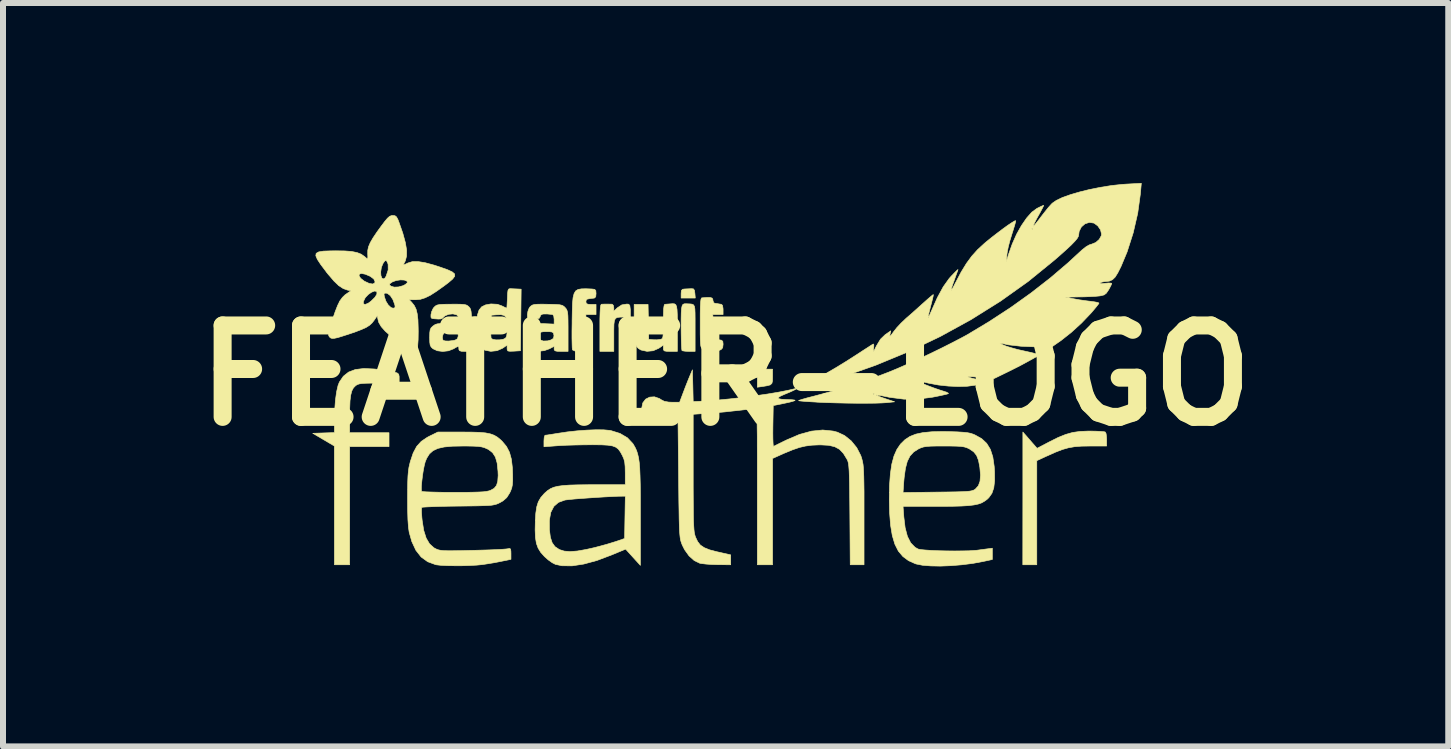
<source format=kicad_pcb>
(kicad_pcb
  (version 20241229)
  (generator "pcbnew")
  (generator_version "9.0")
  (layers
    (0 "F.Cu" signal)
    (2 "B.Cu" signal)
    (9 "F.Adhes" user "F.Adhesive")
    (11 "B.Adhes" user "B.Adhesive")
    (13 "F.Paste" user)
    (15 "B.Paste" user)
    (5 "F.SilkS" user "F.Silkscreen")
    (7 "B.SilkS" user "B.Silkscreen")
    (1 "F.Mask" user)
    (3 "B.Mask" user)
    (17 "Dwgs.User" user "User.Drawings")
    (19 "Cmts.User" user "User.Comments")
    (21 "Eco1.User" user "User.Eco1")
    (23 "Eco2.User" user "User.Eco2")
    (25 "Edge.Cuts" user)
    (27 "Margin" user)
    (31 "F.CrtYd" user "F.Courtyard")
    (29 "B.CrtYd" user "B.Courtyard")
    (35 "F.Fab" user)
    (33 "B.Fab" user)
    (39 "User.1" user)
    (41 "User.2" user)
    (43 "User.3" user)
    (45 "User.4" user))
  (footprint "FEATHER-LOGO"
    (layer "F.Cu")
    (at 9.042 3.208)
    (property "Reference" "FEATHER-LOGO" (at 0 0 0) (layer "F.SilkS") (effects (font (size 1.524 1.524) (thickness 0.3))))
    (attr exclude_from_pos_files exclude_from_bom)
    (fp_poly (pts (xy 0.783 0.019) (xy 0.782 0.09) (xy 0.771 0.132) (xy 0.742 0.157) (xy 0.687 0.171) (xy 0.627 0.181) (xy 0.529 0.195) (xy 0.529 -0.106) (xy 0.783 -0.106) (xy 0.783 0.019)) (stroke (width 0.01) (type solid)) (fill yes) (layer "F.SilkS"))
    (fp_poly (pts (xy -0.536 -1.444) (xy -0.519 -1.42) (xy -0.512 -1.371) (xy -0.505 -1.291) (xy -0.741 -1.291) (xy -0.741 -1.365) (xy -0.737 -1.415) (xy -0.718 -1.437) (xy -0.683 -1.442) (xy -0.616 -1.445) (xy -0.572 -1.447) (xy -0.536 -1.444)) (stroke (width 0.01) (type solid)) (fill yes) (layer "F.SilkS"))
    (fp_poly (pts (xy -0.635 -1.195) (xy -0.59 -1.193) (xy -0.558 -1.189) (xy -0.535 -1.178) (xy -0.52 -1.154) (xy -0.512 -1.111) (xy -0.509 -1.044) (xy -0.508 -0.946) (xy -0.508 -0.813) (xy -0.508 -0.794) (xy -0.508 -0.402) (xy -0.61 -0.402) (xy -0.673 -0.405) (xy -0.717 -0.412) (xy -0.727 -0.416) (xy -0.731 -0.441) (xy -0.735 -0.501) (xy -0.738 -0.589) (xy -0.74 -0.699) (xy -0.741 -0.806) (xy -0.741 -0.944) (xy -0.739 -1.045) (xy -0.734 -1.116) (xy -0.725 -1.16) (xy -0.711 -1.185) (xy -0.688 -1.195) (xy -0.657 -1.196) (xy -0.635 -1.195)) (stroke (width 0.01) (type solid)) (fill yes) (layer "F.SilkS"))
    (fp_poly (pts (xy -1.614 -1.188) (xy -1.596 -1.166) (xy -1.588 -1.104) (xy -1.587 -1.079) (xy -1.587 -0.974) (xy -1.692 -0.974) (xy -1.759 -0.973) (xy -1.806 -0.968) (xy -1.836 -0.95) (xy -1.853 -0.914) (xy -1.861 -0.854) (xy -1.863 -0.762) (xy -1.863 -0.675) (xy -1.863 -0.402) (xy -2.095 -0.402) (xy -2.095 -0.794) (xy -2.095 -0.94) (xy -2.092 -1.047) (xy -2.088 -1.122) (xy -2.082 -1.166) (xy -2.073 -1.186) (xy -2.069 -1.188) (xy -2.02 -1.19) (xy -1.956 -1.19) (xy -1.902 -1.189) (xy -1.889 -1.188) (xy -1.87 -1.168) (xy -1.863 -1.128) (xy -1.863 -1.072) (xy -1.803 -1.129) (xy -1.73 -1.177) (xy -1.645 -1.191) (xy -1.614 -1.188)) (stroke (width 0.01) (type solid)) (fill yes) (layer "F.SilkS"))
    (fp_poly (pts (xy 6.08 0.926) (xy 6.175 0.928) (xy 6.255 0.932) (xy 6.309 0.937) (xy 6.328 0.942) (xy 6.341 0.969) (xy 6.348 1.024) (xy 6.35 1.065) (xy 6.35 1.175) (xy 6.07 1.175) (xy 5.932 1.177) (xy 5.817 1.186) (xy 5.715 1.204) (xy 5.612 1.233) (xy 5.496 1.278) (xy 5.356 1.341) (xy 5.35 1.343) (xy 5.186 1.419) (xy 5.186 3.154) (xy 4.953 3.154) (xy 4.954 2.048) (xy 4.954 0.942) (xy 5.01 1.005) (xy 5.061 1.064) (xy 5.117 1.129) (xy 5.128 1.141) (xy 5.191 1.213) (xy 5.395 1.106) (xy 5.541 1.033) (xy 5.667 0.982) (xy 5.784 0.949) (xy 5.905 0.932) (xy 6.044 0.926) (xy 6.08 0.926)) (stroke (width 0.01) (type solid)) (fill yes) (layer "F.SilkS"))
    (fp_poly (pts (xy -2.232 -1.442) (xy -2.228 -1.442) (xy -2.182 -1.436) (xy -2.163 -1.415) (xy -2.159 -1.366) (xy -2.159 -1.365) (xy -2.164 -1.313) (xy -2.184 -1.292) (xy -2.201 -1.289) (xy -2.247 -1.284) (xy -2.265 -1.281) (xy -2.306 -1.273) (xy -2.307 -1.273) (xy -2.324 -1.253) (xy -2.328 -1.228) (xy -2.321 -1.2) (xy -2.293 -1.188) (xy -2.244 -1.185) (xy -2.159 -1.185) (xy -2.159 -1.016) (xy -2.328 -1.016) (xy -2.328 -0.402) (xy -2.435 -0.402) (xy -2.51 -0.408) (xy -2.548 -0.425) (xy -2.553 -0.433) (xy -2.556 -0.462) (xy -2.558 -0.528) (xy -2.56 -0.622) (xy -2.56 -0.738) (xy -2.558 -0.869) (xy -2.558 -0.909) (xy -2.555 -1.074) (xy -2.551 -1.203) (xy -2.542 -1.298) (xy -2.525 -1.365) (xy -2.499 -1.409) (xy -2.459 -1.434) (xy -2.403 -1.444) (xy -2.329 -1.446) (xy -2.232 -1.442)) (stroke (width 0.01) (type solid)) (fill yes) (layer "F.SilkS"))
    (fp_poly (pts (xy -5.858 -0.109) (xy -5.827 -0.106) (xy -5.726 -0.093) (xy -5.63 -0.078) (xy -5.554 -0.065) (xy -5.53 -0.059) (xy -5.474 -0.043) (xy -5.448 -0.022) (xy -5.44 0.017) (xy -5.44 0.045) (xy -5.44 0.127) (xy -5.776 0.127) (xy -5.904 0.127) (xy -5.997 0.129) (xy -6.062 0.133) (xy -6.106 0.14) (xy -6.137 0.151) (xy -6.162 0.166) (xy -6.167 0.17) (xy -6.203 0.207) (xy -6.229 0.257) (xy -6.247 0.326) (xy -6.259 0.42) (xy -6.264 0.546) (xy -6.265 0.661) (xy -6.265 0.953) (xy -5.609 0.953) (xy -5.609 1.185) (xy -6.265 1.185) (xy -6.265 3.154) (xy -6.519 3.154) (xy -6.52 1.175) (xy -6.88 0.963) (xy -6.519 0.951) (xy -6.519 0.756) (xy -6.514 0.575) (xy -6.502 0.412) (xy -6.483 0.273) (xy -6.458 0.165) (xy -6.436 0.109) (xy -6.37 0.012) (xy -6.283 -0.057) (xy -6.17 -0.1) (xy -6.03 -0.117) (xy -5.858 -0.109)) (stroke (width 0.01) (type solid)) (fill yes) (layer "F.SilkS"))
    (fp_poly (pts (xy -0.252 -1.3) (xy -0.223 -1.289) (xy -0.212 -1.266) (xy -0.212 -1.255) (xy -0.2 -1.215) (xy -0.18 -1.204) (xy -0.137 -1.198) (xy -0.127 -1.196) (xy -0.087 -1.189) (xy -0.074 -1.188) (xy -0.052 -1.171) (xy -0.043 -1.119) (xy -0.042 -1.101) (xy -0.042 -1.016) (xy -0.213 -1.016) (xy -0.207 -0.81) (xy -0.201 -0.603) (xy -0.122 -0.597) (xy -0.07 -0.589) (xy -0.047 -0.57) (xy -0.042 -0.528) (xy -0.042 -0.517) (xy -0.049 -0.462) (xy -0.076 -0.432) (xy -0.097 -0.423) (xy -0.174 -0.406) (xy -0.26 -0.404) (xy -0.337 -0.417) (xy -0.376 -0.435) (xy -0.392 -0.448) (xy -0.404 -0.464) (xy -0.413 -0.491) (xy -0.418 -0.533) (xy -0.421 -0.596) (xy -0.423 -0.688) (xy -0.423 -0.813) (xy -0.423 -0.88) (xy -0.423 -1.03) (xy -0.421 -1.141) (xy -0.417 -1.219) (xy -0.411 -1.268) (xy -0.402 -1.29) (xy -0.397 -1.294) (xy -0.307 -1.301) (xy -0.252 -1.3)) (stroke (width 0.01) (type solid)) (fill yes) (layer "F.SilkS"))
    (fp_poly (pts (xy -0.851 -1.194) (xy -0.83 -1.18) (xy -0.817 -1.149) (xy -0.809 -1.097) (xy -0.805 -1.017) (xy -0.804 -0.905) (xy -0.804 -0.791) (xy -0.804 -0.402) (xy -0.921 -0.402) (xy -0.987 -0.404) (xy -1.022 -0.411) (xy -1.035 -0.429) (xy -1.037 -0.454) (xy -1.037 -0.507) (xy -1.114 -0.454) (xy -1.207 -0.413) (xy -1.309 -0.403) (xy -1.405 -0.424) (xy -1.418 -0.429) (xy -1.456 -0.454) (xy -1.484 -0.487) (xy -1.503 -0.535) (xy -1.515 -0.605) (xy -1.521 -0.703) (xy -1.524 -0.835) (xy -1.524 -0.873) (xy -1.524 -1.185) (xy -1.292 -1.185) (xy -1.286 -0.894) (xy -1.281 -0.603) (xy -1.209 -0.596) (xy -1.143 -0.595) (xy -1.087 -0.602) (xy -1.067 -0.608) (xy -1.053 -0.62) (xy -1.045 -0.645) (xy -1.04 -0.689) (xy -1.038 -0.759) (xy -1.037 -0.863) (xy -1.037 -0.9) (xy -1.036 -1.023) (xy -1.033 -1.108) (xy -1.026 -1.16) (xy -1.017 -1.184) (xy -1.011 -1.187) (xy -0.971 -1.19) (xy -0.921 -1.194) (xy -0.881 -1.197) (xy -0.851 -1.194)) (stroke (width 0.01) (type solid)) (fill yes) (layer "F.SilkS"))
    (fp_poly (pts (xy -3.577 -1.447) (xy -3.513 -1.444) (xy -3.466 -1.442) (xy -3.407 -1.439) (xy -3.413 -0.926) (xy -3.418 -0.413) (xy -3.53 -0.406) (xy -3.594 -0.404) (xy -3.627 -0.409) (xy -3.639 -0.427) (xy -3.641 -0.453) (xy -3.641 -0.507) (xy -3.718 -0.454) (xy -3.809 -0.414) (xy -3.913 -0.403) (xy -4.01 -0.422) (xy -4.011 -0.422) (xy -4.064 -0.451) (xy -4.1 -0.49) (xy -4.124 -0.549) (xy -4.138 -0.635) (xy -4.145 -0.742) (xy -3.913 -0.742) (xy -3.912 -0.671) (xy -3.908 -0.627) (xy -3.907 -0.621) (xy -3.88 -0.603) (xy -3.827 -0.594) (xy -3.763 -0.595) (xy -3.704 -0.605) (xy -3.682 -0.615) (xy -3.661 -0.631) (xy -3.648 -0.661) (xy -3.642 -0.712) (xy -3.641 -0.795) (xy -3.641 -0.804) (xy -3.644 -0.903) (xy -3.659 -0.966) (xy -3.69 -1.001) (xy -3.743 -1.014) (xy -3.816 -1.012) (xy -3.905 -1.005) (xy -3.911 -0.827) (xy -3.913 -0.742) (xy -4.145 -0.742) (xy -4.145 -0.751) (xy -4.146 -0.899) (xy -4.135 -1.01) (xy -4.109 -1.09) (xy -4.066 -1.144) (xy -4.003 -1.176) (xy -3.917 -1.192) (xy -3.909 -1.193) (xy -3.802 -1.187) (xy -3.73 -1.161) (xy -3.681 -1.137) (xy -3.651 -1.123) (xy -3.648 -1.122) (xy -3.644 -1.141) (xy -3.641 -1.193) (xy -3.637 -1.266) (xy -3.636 -1.286) (xy -3.633 -1.368) (xy -3.627 -1.417) (xy -3.616 -1.44) (xy -3.597 -1.447) (xy -3.577 -1.447)) (stroke (width 0.01) (type solid)) (fill yes) (layer "F.SilkS"))
    (fp_poly (pts (xy -2.946 -1.187) (xy -2.921 -1.187) (xy -2.826 -1.184) (xy -2.763 -1.179) (xy -2.722 -1.169) (xy -2.694 -1.152) (xy -2.672 -1.13) (xy -2.654 -1.108) (xy -2.642 -1.083) (xy -2.633 -1.048) (xy -2.628 -0.996) (xy -2.626 -0.919) (xy -2.625 -0.811) (xy -2.625 -0.74) (xy -2.625 -0.402) (xy -2.741 -0.402) (xy -2.808 -0.404) (xy -2.843 -0.412) (xy -2.856 -0.43) (xy -2.857 -0.445) (xy -2.857 -0.487) (xy -2.937 -0.445) (xy -3.021 -0.415) (xy -3.119 -0.404) (xy -3.21 -0.413) (xy -3.252 -0.427) (xy -3.302 -0.472) (xy -3.332 -0.54) (xy -3.344 -0.622) (xy -3.343 -0.632) (xy -3.124 -0.632) (xy -3.094 -0.595) (xy -3.039 -0.575) (xy -2.967 -0.577) (xy -2.91 -0.593) (xy -2.87 -0.618) (xy -2.86 -0.659) (xy -2.861 -0.672) (xy -2.869 -0.708) (xy -2.891 -0.725) (xy -2.937 -0.731) (xy -2.963 -0.731) (xy -3.041 -0.73) (xy -3.086 -0.721) (xy -3.111 -0.703) (xy -3.12 -0.685) (xy -3.124 -0.632) (xy -3.343 -0.632) (xy -3.337 -0.707) (xy -3.313 -0.782) (xy -3.271 -0.837) (xy -3.23 -0.859) (xy -3.184 -0.864) (xy -3.111 -0.866) (xy -3.026 -0.865) (xy -3.018 -0.864) (xy -2.857 -0.857) (xy -2.857 -0.937) (xy -2.864 -0.993) (xy -2.882 -1.018) (xy -2.884 -1.018) (xy -2.923 -1.021) (xy -2.974 -1.026) (xy -3.047 -1.025) (xy -3.084 -1.005) (xy -3.09 -0.982) (xy -3.106 -0.954) (xy -3.117 -0.95) (xy -3.158 -0.948) (xy -3.216 -0.948) (xy -3.267 -0.949) (xy -3.286 -0.95) (xy -3.301 -0.971) (xy -3.303 -1.016) (xy -3.294 -1.071) (xy -3.275 -1.121) (xy -3.26 -1.143) (xy -3.238 -1.163) (xy -3.215 -1.176) (xy -3.182 -1.184) (xy -3.131 -1.188) (xy -3.055 -1.189) (xy -2.946 -1.187)) (stroke (width 0.01) (type solid)) (fill yes) (layer "F.SilkS"))
    (fp_poly (pts (xy -4.421 -1.188) (xy -4.364 -1.184) (xy -4.326 -1.177) (xy -4.3 -1.164) (xy -4.279 -1.146) (xy -4.276 -1.143) (xy -4.26 -1.124) (xy -4.249 -1.1) (xy -4.241 -1.063) (xy -4.236 -1.006) (xy -4.234 -0.924) (xy -4.233 -0.809) (xy -4.233 -0.751) (xy -4.233 -0.402) (xy -4.339 -0.402) (xy -4.403 -0.404) (xy -4.434 -0.414) (xy -4.445 -0.435) (xy -4.445 -0.445) (xy -4.447 -0.475) (xy -4.461 -0.484) (xy -4.494 -0.469) (xy -4.534 -0.445) (xy -4.618 -0.412) (xy -4.714 -0.401) (xy -4.805 -0.413) (xy -4.876 -0.446) (xy -4.906 -0.474) (xy -4.923 -0.506) (xy -4.93 -0.555) (xy -4.932 -0.633) (xy -4.721 -0.633) (xy -4.71 -0.59) (xy -4.706 -0.586) (xy -4.674 -0.576) (xy -4.616 -0.574) (xy -4.549 -0.582) (xy -4.508 -0.59) (xy -4.469 -0.612) (xy -4.456 -0.656) (xy -4.456 -0.668) (xy -4.459 -0.706) (xy -4.475 -0.725) (xy -4.517 -0.731) (xy -4.551 -0.733) (xy -4.618 -0.73) (xy -4.671 -0.72) (xy -4.683 -0.716) (xy -4.71 -0.683) (xy -4.721 -0.633) (xy -4.932 -0.633) (xy -4.932 -0.633) (xy -4.932 -0.635) (xy -4.93 -0.714) (xy -4.923 -0.763) (xy -4.907 -0.796) (xy -4.877 -0.824) (xy -4.874 -0.826) (xy -4.841 -0.849) (xy -4.805 -0.861) (xy -4.754 -0.866) (xy -4.678 -0.866) (xy -4.63 -0.863) (xy -4.445 -0.855) (xy -4.445 -0.924) (xy -4.457 -0.986) (xy -4.482 -1.012) (xy -4.544 -1.027) (xy -4.616 -1.02) (xy -4.676 -0.995) (xy -4.698 -0.976) (xy -4.719 -0.954) (xy -4.745 -0.943) (xy -4.787 -0.941) (xy -4.857 -0.946) (xy -4.895 -0.951) (xy -4.91 -0.97) (xy -4.91 -1.014) (xy -4.897 -1.068) (xy -4.874 -1.117) (xy -4.863 -1.132) (xy -4.837 -1.158) (xy -4.808 -1.174) (xy -4.765 -1.183) (xy -4.699 -1.187) (xy -4.625 -1.188) (xy -4.506 -1.189) (xy -4.421 -1.188)) (stroke (width 0.01) (type solid)) (fill yes) (layer "F.SilkS"))
    (fp_poly (pts (xy -2.033 0.905) (xy -1.935 0.914) (xy -1.914 0.917) (xy -1.76 0.965) (xy -1.636 1.038) (xy -1.545 1.135) (xy -1.531 1.158) (xy -1.504 1.206) (xy -1.482 1.255) (xy -1.465 1.31) (xy -1.45 1.374) (xy -1.439 1.452) (xy -1.431 1.548) (xy -1.426 1.666) (xy -1.422 1.812) (xy -1.42 1.988) (xy -1.42 2.201) (xy -1.42 2.339) (xy -1.42 3.164) (xy -1.543 3.029) (xy -1.666 2.893) (xy -1.897 2.989) (xy -2.143 3.082) (xy -2.364 3.142) (xy -2.559 3.172) (xy -2.727 3.17) (xy -2.836 3.147) (xy -2.889 3.12) (xy -2.956 3.072) (xy -3.019 3.016) (xy -3.08 2.948) (xy -3.124 2.877) (xy -3.153 2.797) (xy -3.169 2.698) (xy -3.174 2.573) (xy -3.171 2.433) (xy -3.17 2.41) (xy -2.937 2.41) (xy -2.936 2.571) (xy -2.92 2.696) (xy -2.89 2.787) (xy -2.843 2.852) (xy -2.774 2.898) (xy -2.766 2.902) (xy -2.69 2.926) (xy -2.594 2.934) (xy -2.473 2.925) (xy -2.324 2.899) (xy -2.186 2.868) (xy -2.076 2.839) (xy -1.961 2.807) (xy -1.861 2.776) (xy -1.831 2.767) (xy -1.683 2.716) (xy -1.677 2.363) (xy -1.671 2.011) (xy -1.719 2.011) (xy -1.792 2.012) (xy -1.894 2.017) (xy -2.014 2.023) (xy -2.145 2.031) (xy -2.279 2.04) (xy -2.407 2.049) (xy -2.52 2.058) (xy -2.611 2.067) (xy -2.67 2.074) (xy -2.68 2.076) (xy -2.785 2.114) (xy -2.862 2.181) (xy -2.913 2.28) (xy -2.937 2.41) (xy -3.17 2.41) (xy -3.163 2.294) (xy -3.147 2.188) (xy -3.121 2.105) (xy -3.08 2.034) (xy -3.022 1.967) (xy -3.009 1.955) (xy -2.966 1.917) (xy -2.92 1.887) (xy -2.866 1.863) (xy -2.798 1.846) (xy -2.712 1.834) (xy -2.601 1.826) (xy -2.461 1.822) (xy -2.287 1.82) (xy -2.197 1.82) (xy -1.672 1.82) (xy -1.672 1.624) (xy -1.674 1.52) (xy -1.681 1.446) (xy -1.696 1.388) (xy -1.72 1.334) (xy -1.754 1.272) (xy -1.788 1.226) (xy -1.83 1.194) (xy -1.886 1.173) (xy -1.962 1.161) (xy -2.066 1.155) (xy -2.204 1.154) (xy -2.229 1.154) (xy -2.369 1.155) (xy -2.515 1.158) (xy -2.654 1.162) (xy -2.77 1.168) (xy -2.799 1.17) (xy -3.027 1.187) (xy -3.027 1.091) (xy -3.023 1.034) (xy -3.012 0.999) (xy -3.006 0.995) (xy -2.976 0.992) (xy -2.916 0.983) (xy -2.836 0.97) (xy -2.799 0.964) (xy -2.639 0.94) (xy -2.474 0.922) (xy -2.311 0.91) (xy -2.161 0.904) (xy -2.033 0.905)) (stroke (width 0.01) (type solid)) (fill yes) (layer "F.SilkS"))
    (fp_poly (pts (xy 3.728 0.935) (xy 3.859 0.939) (xy 3.955 0.945) (xy 4.027 0.952) (xy 4.082 0.963) (xy 4.13 0.979) (xy 4.159 0.992) (xy 4.268 1.053) (xy 4.351 1.131) (xy 4.412 1.23) (xy 4.453 1.356) (xy 4.476 1.514) (xy 4.482 1.604) (xy 4.483 1.755) (xy 4.469 1.872) (xy 4.438 1.963) (xy 4.387 2.035) (xy 4.358 2.063) (xy 4.314 2.095) (xy 4.267 2.122) (xy 4.21 2.142) (xy 4.138 2.157) (xy 4.048 2.168) (xy 3.932 2.175) (xy 3.787 2.179) (xy 3.607 2.18) (xy 3.517 2.18) (xy 2.957 2.18) (xy 2.97 2.355) (xy 2.992 2.537) (xy 3.03 2.681) (xy 3.085 2.789) (xy 3.157 2.863) (xy 3.209 2.892) (xy 3.252 2.901) (xy 3.328 2.908) (xy 3.431 2.915) (xy 3.552 2.92) (xy 3.683 2.923) (xy 3.817 2.924) (xy 3.944 2.923) (xy 4.057 2.921) (xy 4.148 2.915) (xy 4.186 2.912) (xy 4.268 2.901) (xy 4.351 2.89) (xy 4.36 2.889) (xy 4.445 2.878) (xy 4.445 3.066) (xy 4.292 3.099) (xy 4.12 3.131) (xy 3.938 3.154) (xy 3.756 3.169) (xy 3.58 3.176) (xy 3.42 3.173) (xy 3.282 3.162) (xy 3.177 3.141) (xy 3.161 3.136) (xy 3.048 3.085) (xy 2.955 3.016) (xy 2.879 2.926) (xy 2.821 2.811) (xy 2.778 2.667) (xy 2.749 2.492) (xy 2.733 2.283) (xy 2.728 2.064) (xy 2.73 1.95) (xy 2.957 1.95) (xy 3.53 1.943) (xy 3.701 1.941) (xy 3.836 1.939) (xy 3.938 1.936) (xy 4.014 1.932) (xy 4.068 1.927) (xy 4.105 1.92) (xy 4.132 1.911) (xy 4.153 1.9) (xy 4.163 1.892) (xy 4.212 1.838) (xy 4.24 1.762) (xy 4.248 1.659) (xy 4.237 1.531) (xy 4.215 1.415) (xy 4.183 1.332) (xy 4.134 1.271) (xy 4.063 1.223) (xy 4.052 1.217) (xy 4.015 1.201) (xy 3.973 1.189) (xy 3.919 1.181) (xy 3.845 1.177) (xy 3.742 1.175) (xy 3.641 1.175) (xy 3.513 1.175) (xy 3.42 1.177) (xy 3.352 1.182) (xy 3.301 1.19) (xy 3.259 1.203) (xy 3.218 1.221) (xy 3.213 1.224) (xy 3.134 1.274) (xy 3.073 1.341) (xy 3.028 1.43) (xy 2.997 1.547) (xy 2.976 1.698) (xy 2.97 1.763) (xy 2.957 1.95) (xy 2.73 1.95) (xy 2.732 1.832) (xy 2.746 1.638) (xy 2.77 1.476) (xy 2.806 1.342) (xy 2.854 1.233) (xy 2.915 1.143) (xy 2.918 1.14) (xy 2.989 1.07) (xy 3.071 1.016) (xy 3.169 0.977) (xy 3.29 0.951) (xy 3.438 0.937) (xy 3.62 0.933) (xy 3.728 0.935)) (stroke (width 0.01) (type solid)) (fill yes) (layer "F.SilkS"))
    (fp_poly (pts (xy -4.236 0.943) (xy -4.104 0.947) (xy -4.002 0.956) (xy -3.922 0.972) (xy -3.858 0.995) (xy -3.803 1.027) (xy -3.751 1.07) (xy -3.722 1.098) (xy -3.652 1.182) (xy -3.602 1.278) (xy -3.57 1.394) (xy -3.553 1.539) (xy -3.549 1.648) (xy -3.548 1.748) (xy -3.553 1.82) (xy -3.564 1.874) (xy -3.583 1.925) (xy -3.599 1.958) (xy -3.648 2.035) (xy -3.71 2.089) (xy -3.757 2.116) (xy -3.789 2.132) (xy -3.819 2.144) (xy -3.853 2.153) (xy -3.896 2.161) (xy -3.953 2.166) (xy -4.031 2.169) (xy -4.135 2.172) (xy -4.269 2.174) (xy -4.44 2.176) (xy -4.455 2.176) (xy -4.609 2.178) (xy -4.75 2.181) (xy -4.871 2.185) (xy -4.967 2.189) (xy -5.033 2.193) (xy -5.063 2.197) (xy -5.064 2.198) (xy -5.068 2.224) (xy -5.068 2.282) (xy -5.062 2.363) (xy -5.057 2.414) (xy -5.031 2.58) (xy -4.99 2.71) (xy -4.934 2.805) (xy -4.862 2.87) (xy -4.841 2.882) (xy -4.812 2.896) (xy -4.783 2.906) (xy -4.748 2.913) (xy -4.7 2.918) (xy -4.635 2.92) (xy -4.547 2.92) (xy -4.429 2.919) (xy -4.277 2.915) (xy -4.224 2.914) (xy -4.075 2.91) (xy -3.938 2.906) (xy -3.818 2.901) (xy -3.723 2.896) (xy -3.659 2.891) (xy -3.635 2.888) (xy -3.6 2.882) (xy -3.583 2.892) (xy -3.578 2.93) (xy -3.577 2.968) (xy -3.577 3.063) (xy -3.741 3.097) (xy -3.847 3.118) (xy -3.963 3.137) (xy -4.055 3.151) (xy -4.149 3.16) (xy -4.265 3.166) (xy -4.392 3.17) (xy -4.521 3.17) (xy -4.642 3.168) (xy -4.744 3.163) (xy -4.816 3.155) (xy -4.832 3.152) (xy -4.965 3.103) (xy -5.074 3.024) (xy -5.161 2.913) (xy -5.229 2.767) (xy -5.273 2.612) (xy -5.285 2.528) (xy -5.294 2.403) (xy -5.299 2.237) (xy -5.3 2.043) (xy -5.299 1.902) (xy -5.071 1.902) (xy -5.067 1.93) (xy -5.044 1.935) (xy -4.984 1.939) (xy -4.894 1.942) (xy -4.778 1.945) (xy -4.644 1.947) (xy -4.529 1.947) (xy -4.357 1.947) (xy -4.222 1.945) (xy -4.118 1.942) (xy -4.04 1.938) (xy -3.983 1.931) (xy -3.942 1.922) (xy -3.918 1.914) (xy -3.858 1.881) (xy -3.818 1.833) (xy -3.797 1.764) (xy -3.79 1.665) (xy -3.793 1.594) (xy -3.807 1.459) (xy -3.836 1.359) (xy -3.883 1.286) (xy -3.951 1.233) (xy -3.978 1.22) (xy -4.022 1.201) (xy -4.068 1.189) (xy -4.126 1.181) (xy -4.203 1.177) (xy -4.309 1.175) (xy -4.381 1.175) (xy -4.554 1.178) (xy -4.691 1.191) (xy -4.796 1.215) (xy -4.876 1.253) (xy -4.936 1.306) (xy -4.981 1.378) (xy -5.006 1.439) (xy -5.021 1.497) (xy -5.037 1.576) (xy -5.051 1.667) (xy -5.062 1.759) (xy -5.07 1.841) (xy -5.071 1.902) (xy -5.299 1.902) (xy -5.299 1.887) (xy -5.297 1.765) (xy -5.293 1.671) (xy -5.286 1.595) (xy -5.277 1.531) (xy -5.263 1.471) (xy -5.254 1.434) (xy -5.206 1.291) (xy -5.148 1.182) (xy -5.072 1.098) (xy -4.973 1.031) (xy -4.937 1.012) (xy -4.795 0.942) (xy -4.403 0.942) (xy -4.236 0.943)) (stroke (width 0.01) (type solid)) (fill yes) (layer "F.SilkS"))
    (fp_poly (pts (xy -0.546 0.169) (xy -0.54 0.434) (xy -0.476 0.432) (xy -0.314 0.424) (xy -0.127 0.409) (xy 0.077 0.389) (xy 0.289 0.365) (xy 0.5 0.337) (xy 0.702 0.308) (xy 0.886 0.277) (xy 1.043 0.246) (xy 1.154 0.22) (xy 1.182 0.215) (xy 1.176 0.224) (xy 1.141 0.244) (xy 1.083 0.271) (xy 1.007 0.303) (xy 0.987 0.311) (xy 0.913 0.344) (xy 0.877 0.368) (xy 0.882 0.385) (xy 0.927 0.395) (xy 1.014 0.4) (xy 1.046 0.401) (xy 1.11 0.404) (xy 1.15 0.409) (xy 1.158 0.416) (xy 1.132 0.426) (xy 1.075 0.442) (xy 0.998 0.459) (xy 0.969 0.465) (xy 0.794 0.501) (xy 0.788 0.845) (xy 0.787 0.96) (xy 0.788 1.057) (xy 0.791 1.131) (xy 0.795 1.173) (xy 0.799 1.181) (xy 0.823 1.169) (xy 0.877 1.142) (xy 0.952 1.105) (xy 1.016 1.074) (xy 1.231 0.982) (xy 1.431 0.927) (xy 1.617 0.908) (xy 1.793 0.926) (xy 1.862 0.944) (xy 1.982 1) (xy 2.093 1.089) (xy 2.185 1.202) (xy 2.252 1.332) (xy 2.263 1.364) (xy 2.274 1.402) (xy 2.283 1.441) (xy 2.291 1.484) (xy 2.296 1.537) (xy 2.3 1.603) (xy 2.303 1.688) (xy 2.305 1.796) (xy 2.307 1.933) (xy 2.307 2.101) (xy 2.307 2.307) (xy 2.307 2.331) (xy 2.307 3.154) (xy 2.077 3.154) (xy 2.071 2.312) (xy 2.069 2.1) (xy 2.067 1.925) (xy 2.065 1.785) (xy 2.062 1.674) (xy 2.059 1.589) (xy 2.054 1.524) (xy 2.049 1.477) (xy 2.042 1.443) (xy 2.034 1.417) (xy 2.024 1.397) (xy 1.964 1.299) (xy 1.899 1.23) (xy 1.82 1.187) (xy 1.72 1.163) (xy 1.589 1.156) (xy 1.556 1.156) (xy 1.438 1.161) (xy 1.332 1.175) (xy 1.228 1.199) (xy 1.113 1.239) (xy 0.977 1.295) (xy 0.93 1.316) (xy 0.783 1.382) (xy 0.783 3.154) (xy 0.529 3.154) (xy 0.529 1.852) (xy 0.529 1.585) (xy 0.529 1.357) (xy 0.528 1.164) (xy 0.528 1.006) (xy 0.526 0.876) (xy 0.525 0.774) (xy 0.522 0.696) (xy 0.519 0.638) (xy 0.515 0.598) (xy 0.511 0.572) (xy 0.505 0.558) (xy 0.498 0.552) (xy 0.492 0.551) (xy 0.453 0.554) (xy 0.387 0.561) (xy 0.307 0.571) (xy 0.307 0.571) (xy -0.018 0.607) (xy -0.339 0.632) (xy -0.54 0.646) (xy -0.54 1.619) (xy -0.54 1.85) (xy -0.539 2.042) (xy -0.538 2.2) (xy -0.537 2.327) (xy -0.535 2.428) (xy -0.531 2.507) (xy -0.527 2.567) (xy -0.522 2.612) (xy -0.515 2.647) (xy -0.507 2.676) (xy -0.501 2.693) (xy -0.465 2.769) (xy -0.42 2.826) (xy -0.356 2.869) (xy -0.267 2.905) (xy -0.144 2.937) (xy -0.13 2.94) (xy 0.085 2.989) (xy 0.085 3.154) (xy -0.132 3.152) (xy -0.234 3.149) (xy -0.329 3.142) (xy -0.404 3.133) (xy -0.431 3.128) (xy -0.522 3.084) (xy -0.609 3.006) (xy -0.683 2.903) (xy -0.723 2.823) (xy -0.734 2.794) (xy -0.744 2.765) (xy -0.752 2.734) (xy -0.758 2.695) (xy -0.763 2.646) (xy -0.768 2.582) (xy -0.771 2.498) (xy -0.774 2.392) (xy -0.776 2.26) (xy -0.779 2.096) (xy -0.781 1.898) (xy -0.783 1.672) (xy -0.794 0.646) (xy -0.904 0.639) (xy -0.983 0.64) (xy -1.039 0.656) (xy -1.078 0.68) (xy -1.161 0.721) (xy -1.243 0.726) (xy -1.315 0.7) (xy -1.368 0.646) (xy -1.395 0.567) (xy -1.397 0.54) (xy -1.38 0.456) (xy -1.333 0.394) (xy -1.265 0.36) (xy -1.186 0.355) (xy -1.102 0.384) (xy -1.076 0.402) (xy -1.021 0.43) (xy -0.948 0.443) (xy -0.892 0.445) (xy -0.766 0.445) (xy -0.708 0.291) (xy -0.672 0.196) (xy -0.633 0.097) (xy -0.602 0.021) (xy -0.553 -0.095) (xy -0.546 0.169)) (stroke (width 0.01) (type solid)) (fill yes) (layer "F.SilkS"))
    (fp_poly (pts (xy -5.51 -2.663) (xy -5.484 -2.643) (xy -5.46 -2.598) (xy -5.444 -2.556) (xy -5.379 -2.37) (xy -5.337 -2.216) (xy -5.316 -2.091) (xy -5.317 -1.991) (xy -5.337 -1.912) (xy -5.343 -1.9) (xy -5.364 -1.859) (xy -5.363 -1.845) (xy -5.336 -1.855) (xy -5.292 -1.876) (xy -5.22 -1.898) (xy -5.126 -1.899) (xy -5.007 -1.88) (xy -4.859 -1.84) (xy -4.752 -1.805) (xy -4.634 -1.763) (xy -4.556 -1.727) (xy -4.516 -1.693) (xy -4.514 -1.655) (xy -4.549 -1.608) (xy -4.619 -1.548) (xy -4.692 -1.493) (xy -4.82 -1.402) (xy -4.923 -1.336) (xy -5.01 -1.294) (xy -5.087 -1.27) (xy -5.16 -1.263) (xy -5.171 -1.263) (xy -5.272 -1.264) (xy -5.23 -1.219) (xy -5.188 -1.166) (xy -5.158 -1.105) (xy -5.139 -1.028) (xy -5.127 -0.927) (xy -5.123 -0.794) (xy -5.122 -0.735) (xy -5.124 -0.596) (xy -5.131 -0.496) (xy -5.147 -0.434) (xy -5.177 -0.407) (xy -5.225 -0.413) (xy -5.295 -0.45) (xy -5.39 -0.514) (xy -5.44 -0.55) (xy -5.573 -0.652) (xy -5.672 -0.739) (xy -5.739 -0.815) (xy -5.779 -0.883) (xy -5.791 -0.925) (xy -5.805 -0.997) (xy -5.854 -0.925) (xy -5.891 -0.877) (xy -5.934 -0.837) (xy -5.991 -0.801) (xy -6.069 -0.766) (xy -6.176 -0.725) (xy -6.262 -0.696) (xy -6.379 -0.658) (xy -6.463 -0.632) (xy -6.52 -0.62) (xy -6.558 -0.618) (xy -6.584 -0.627) (xy -6.604 -0.646) (xy -6.605 -0.647) (xy -6.615 -0.668) (xy -6.616 -0.699) (xy -6.607 -0.749) (xy -6.586 -0.824) (xy -6.553 -0.928) (xy -6.506 -1.065) (xy -6.465 -1.169) (xy -6.436 -1.227) (xy -6.038 -1.227) (xy -6.033 -1.192) (xy -6.003 -1.185) (xy -5.952 -1.207) (xy -5.907 -1.241) (xy -5.844 -1.303) (xy -5.812 -1.354) (xy -5.693 -1.354) (xy -5.686 -1.312) (xy -5.661 -1.239) (xy -5.622 -1.176) (xy -5.576 -1.133) (xy -5.542 -1.122) (xy -5.512 -1.128) (xy -5.508 -1.156) (xy -5.513 -1.18) (xy -5.544 -1.265) (xy -5.587 -1.331) (xy -5.635 -1.368) (xy -5.65 -1.372) (xy -5.683 -1.373) (xy -5.693 -1.354) (xy -5.812 -1.354) (xy -5.811 -1.356) (xy -5.812 -1.395) (xy -5.816 -1.401) (xy -5.85 -1.408) (xy -5.899 -1.389) (xy -5.953 -1.352) (xy -6 -1.303) (xy -6.011 -1.286) (xy -6.038 -1.227) (xy -6.436 -1.227) (xy -6.427 -1.245) (xy -6.386 -1.301) (xy -6.341 -1.345) (xy -6.315 -1.363) (xy -6.243 -1.413) (xy -6.302 -1.424) (xy -6.372 -1.449) (xy -6.446 -1.498) (xy -6.459 -1.51) (xy -5.601 -1.51) (xy -5.578 -1.49) (xy -5.524 -1.473) (xy -5.451 -1.476) (xy -5.375 -1.497) (xy -5.337 -1.517) (xy -5.304 -1.546) (xy -5.308 -1.57) (xy -5.311 -1.573) (xy -5.354 -1.591) (xy -5.419 -1.594) (xy -5.491 -1.583) (xy -5.553 -1.56) (xy -5.559 -1.556) (xy -5.597 -1.529) (xy -5.601 -1.51) (xy -6.459 -1.51) (xy -6.527 -1.575) (xy -6.6 -1.661) (xy -6.108 -1.661) (xy -6.082 -1.62) (xy -6.024 -1.575) (xy -6.016 -1.57) (xy -5.94 -1.535) (xy -5.882 -1.525) (xy -5.848 -1.541) (xy -5.842 -1.564) (xy -5.863 -1.609) (xy -5.922 -1.653) (xy -6.003 -1.688) (xy -6.068 -1.701) (xy -6.104 -1.69) (xy -6.108 -1.661) (xy -6.6 -1.661) (xy -6.62 -1.683) (xy -6.653 -1.725) (xy -5.748 -1.725) (xy -5.744 -1.666) (xy -5.729 -1.625) (xy -5.705 -1.609) (xy -5.676 -1.625) (xy -5.657 -1.656) (xy -5.623 -1.759) (xy -5.624 -1.851) (xy -5.631 -1.874) (xy -5.65 -1.912) (xy -5.671 -1.914) (xy -5.683 -1.905) (xy -5.709 -1.868) (xy -5.733 -1.811) (xy -5.737 -1.797) (xy -5.748 -1.725) (xy -6.653 -1.725) (xy -6.661 -1.736) (xy -6.747 -1.85) (xy -6.803 -1.935) (xy -6.829 -1.996) (xy -6.823 -2.036) (xy -6.781 -2.06) (xy -6.702 -2.073) (xy -6.585 -2.077) (xy -6.496 -2.078) (xy -6.346 -2.076) (xy -6.231 -2.067) (xy -6.142 -2.049) (xy -6.073 -2.022) (xy -6.016 -1.982) (xy -6.001 -1.969) (xy -5.975 -1.946) (xy -5.964 -1.948) (xy -5.962 -1.981) (xy -5.964 -2.028) (xy -5.963 -2.088) (xy -5.95 -2.147) (xy -5.922 -2.213) (xy -5.876 -2.293) (xy -5.809 -2.393) (xy -5.741 -2.487) (xy -5.679 -2.569) (xy -5.634 -2.622) (xy -5.6 -2.652) (xy -5.569 -2.665) (xy -5.547 -2.667) (xy -5.51 -2.663)) (stroke (width 0.01) (type solid)) (fill yes) (layer "F.SilkS"))
    (fp_poly (pts (xy 6.912 -3.025) (xy 6.868 -2.705) (xy 6.793 -2.379) (xy 6.691 -2.06) (xy 6.589 -1.816) (xy 6.536 -1.711) (xy 6.491 -1.639) (xy 6.446 -1.596) (xy 6.394 -1.573) (xy 6.329 -1.566) (xy 6.32 -1.566) (xy 6.268 -1.556) (xy 6.244 -1.544) (xy 6.238 -1.533) (xy 6.27 -1.531) (xy 6.324 -1.537) (xy 6.385 -1.542) (xy 6.426 -1.539) (xy 6.435 -1.534) (xy 6.425 -1.507) (xy 6.4 -1.458) (xy 6.383 -1.428) (xy 6.345 -1.372) (xy 6.307 -1.343) (xy 6.25 -1.329) (xy 6.231 -1.326) (xy 6.168 -1.32) (xy 6.077 -1.315) (xy 5.971 -1.311) (xy 5.897 -1.31) (xy 5.662 -1.307) (xy 5.8 -1.279) (xy 5.9 -1.261) (xy 6.013 -1.245) (xy 6.08 -1.237) (xy 6.152 -1.227) (xy 6.203 -1.217) (xy 6.223 -1.207) (xy 6.223 -1.207) (xy 6.21 -1.186) (xy 6.174 -1.14) (xy 6.123 -1.079) (xy 6.086 -1.036) (xy 5.931 -0.874) (xy 5.76 -0.718) (xy 5.589 -0.583) (xy 5.55 -0.556) (xy 5.435 -0.476) (xy 5.157 -0.478) (xy 4.921 -0.488) (xy 4.717 -0.511) (xy 4.576 -0.541) (xy 4.571 -0.539) (xy 4.598 -0.523) (xy 4.622 -0.511) (xy 4.679 -0.488) (xy 4.764 -0.462) (xy 4.861 -0.435) (xy 4.908 -0.424) (xy 5.035 -0.396) (xy 5.125 -0.375) (xy 5.181 -0.36) (xy 5.205 -0.346) (xy 5.203 -0.331) (xy 5.177 -0.312) (xy 5.13 -0.285) (xy 5.09 -0.263) (xy 5.008 -0.218) (xy 4.904 -0.162) (xy 4.791 -0.105) (xy 4.711 -0.065) (xy 4.479 0.048) (xy 4.252 0.029) (xy 4.161 0.023) (xy 4.09 0.019) (xy 4.046 0.019) (xy 4.036 0.021) (xy 4.06 0.031) (xy 4.114 0.047) (xy 4.186 0.065) (xy 4.187 0.065) (xy 4.329 0.1) (xy 4.251 0.134) (xy 4.154 0.162) (xy 4.027 0.179) (xy 3.877 0.183) (xy 3.714 0.176) (xy 3.547 0.158) (xy 3.385 0.128) (xy 3.33 0.115) (xy 3.265 0.099) (xy 3.218 0.091) (xy 3.203 0.092) (xy 3.217 0.103) (xy 3.261 0.125) (xy 3.328 0.153) (xy 3.408 0.184) (xy 3.492 0.215) (xy 3.571 0.242) (xy 3.628 0.26) (xy 3.683 0.278) (xy 3.712 0.295) (xy 3.712 0.302) (xy 3.684 0.311) (xy 3.624 0.325) (xy 3.54 0.343) (xy 3.449 0.361) (xy 3.207 0.393) (xy 2.973 0.394) (xy 2.731 0.363) (xy 2.669 0.35) (xy 2.593 0.335) (xy 2.536 0.326) (xy 2.507 0.323) (xy 2.506 0.324) (xy 2.521 0.333) (xy 2.567 0.352) (xy 2.635 0.377) (xy 2.658 0.385) (xy 2.817 0.438) (xy 2.686 0.452) (xy 2.605 0.457) (xy 2.49 0.461) (xy 2.349 0.462) (xy 2.189 0.462) (xy 2.018 0.46) (xy 1.845 0.456) (xy 1.676 0.451) (xy 1.521 0.444) (xy 1.517 0.443) (xy 1.411 0.437) (xy 1.32 0.431) (xy 1.254 0.425) (xy 1.219 0.42) (xy 1.216 0.419) (xy 1.232 0.411) (xy 1.282 0.395) (xy 1.359 0.373) (xy 1.456 0.348) (xy 1.487 0.34) (xy 1.61 0.307) (xy 2.455 0.307) (xy 2.466 0.318) (xy 2.477 0.307) (xy 2.466 0.296) (xy 2.455 0.307) (xy 1.61 0.307) (xy 1.739 0.272) (xy 2.013 0.19) (xy 2.293 0.098) (xy 2.563 0.003) (xy 2.72 -0.057) (xy 2.865 -0.117) (xy 3.036 -0.192) (xy 3.223 -0.277) (xy 3.418 -0.369) (xy 3.609 -0.462) (xy 3.787 -0.552) (xy 3.942 -0.633) (xy 4.03 -0.681) (xy 4.391 -0.898) (xy 4.748 -1.131) (xy 5.092 -1.377) (xy 5.414 -1.628) (xy 5.708 -1.879) (xy 5.853 -2.013) (xy 5.94 -2.093) (xy 6.007 -2.146) (xy 6.061 -2.177) (xy 6.1 -2.189) (xy 6.169 -2.217) (xy 6.227 -2.268) (xy 6.261 -2.33) (xy 6.265 -2.359) (xy 6.248 -2.428) (xy 6.202 -2.494) (xy 6.142 -2.538) (xy 6.139 -2.54) (xy 6.062 -2.552) (xy 5.989 -2.528) (xy 5.929 -2.476) (xy 5.892 -2.403) (xy 5.884 -2.344) (xy 5.878 -2.317) (xy 5.857 -2.281) (xy 5.818 -2.235) (xy 5.758 -2.173) (xy 5.673 -2.094) (xy 5.561 -1.994) (xy 5.472 -1.917) (xy 5.043 -1.568) (xy 4.581 -1.239) (xy 4.089 -0.931) (xy 3.575 -0.649) (xy 3.043 -0.395) (xy 2.5 -0.171) (xy 2.138 -0.043) (xy 2.029 -0.008) (xy 1.905 0.03) (xy 1.773 0.069) (xy 1.64 0.107) (xy 1.514 0.142) (xy 1.4 0.171) (xy 1.308 0.194) (xy 1.244 0.208) (xy 1.218 0.212) (xy 1.225 0.203) (xy 1.264 0.182) (xy 1.326 0.15) (xy 1.348 0.139) (xy 1.492 0.066) (xy 1.659 -0.026) (xy 1.841 -0.132) (xy 2.025 -0.245) (xy 2.201 -0.358) (xy 2.291 -0.417) (xy 2.369 -0.467) (xy 2.427 -0.505) (xy 2.459 -0.524) (xy 2.462 -0.526) (xy 2.47 -0.513) (xy 2.469 -0.47) (xy 2.466 -0.452) (xy 2.461 -0.412) (xy 2.463 -0.4) (xy 2.477 -0.42) (xy 2.504 -0.474) (xy 2.516 -0.497) (xy 2.582 -0.606) (xy 2.661 -0.682) (xy 2.666 -0.685) (xy 2.753 -0.745) (xy 2.74 -0.685) (xy 2.736 -0.657) (xy 2.745 -0.658) (xy 2.771 -0.689) (xy 2.8 -0.73) (xy 2.853 -0.797) (xy 2.925 -0.874) (xy 3.001 -0.946) (xy 3.008 -0.953) (xy 3.088 -1.022) (xy 3.182 -1.106) (xy 3.273 -1.188) (xy 3.3 -1.212) (xy 3.366 -1.271) (xy 3.42 -1.317) (xy 3.454 -1.345) (xy 3.462 -1.349) (xy 3.46 -1.328) (xy 3.448 -1.275) (xy 3.429 -1.2) (xy 3.417 -1.155) (xy 3.396 -1.072) (xy 3.38 -1.006) (xy 3.373 -0.966) (xy 3.373 -0.959) (xy 3.383 -0.974) (xy 3.404 -1.018) (xy 3.429 -1.074) (xy 3.528 -1.296) (xy 3.627 -1.478) (xy 3.726 -1.617) (xy 3.76 -1.655) (xy 3.813 -1.71) (xy 3.853 -1.75) (xy 3.873 -1.767) (xy 3.873 -1.767) (xy 3.867 -1.745) (xy 3.848 -1.693) (xy 3.822 -1.621) (xy 3.811 -1.589) (xy 3.783 -1.512) (xy 3.764 -1.453) (xy 3.757 -1.421) (xy 3.757 -1.418) (xy 3.771 -1.436) (xy 3.798 -1.481) (xy 3.831 -1.546) (xy 3.833 -1.549) (xy 3.926 -1.725) (xy 4.014 -1.869) (xy 4.103 -1.99) (xy 4.2 -2.098) (xy 4.311 -2.2) (xy 4.333 -2.219) (xy 4.429 -2.297) (xy 4.527 -2.373) (xy 4.621 -2.444) (xy 4.704 -2.504) (xy 4.772 -2.549) (xy 4.817 -2.576) (xy 4.835 -2.58) (xy 4.832 -2.558) (xy 4.817 -2.504) (xy 4.794 -2.428) (xy 4.772 -2.359) (xy 4.74 -2.255) (xy 4.712 -2.149) (xy 4.694 -2.058) (xy 4.689 -2.021) (xy 4.677 -1.894) (xy 4.716 -2.021) (xy 4.777 -2.192) (xy 4.849 -2.354) (xy 4.9 -2.445) (xy 5.101 -2.445) (xy 5.112 -2.434) (xy 5.122 -2.445) (xy 5.112 -2.455) (xy 5.101 -2.445) (xy 4.9 -2.445) (xy 4.931 -2.5) (xy 5.017 -2.625) (xy 5.103 -2.722) (xy 5.186 -2.783) (xy 5.189 -2.785) (xy 5.248 -2.814) (xy 5.288 -2.832) (xy 5.3 -2.836) (xy 5.295 -2.819) (xy 5.272 -2.774) (xy 5.237 -2.708) (xy 5.213 -2.666) (xy 5.172 -2.591) (xy 5.142 -2.531) (xy 5.126 -2.494) (xy 5.125 -2.487) (xy 5.141 -2.5) (xy 5.175 -2.539) (xy 5.222 -2.599) (xy 5.255 -2.643) (xy 5.317 -2.723) (xy 5.378 -2.799) (xy 5.429 -2.856) (xy 5.445 -2.872) (xy 5.513 -2.919) (xy 5.616 -2.968) (xy 5.749 -3.015) (xy 5.903 -3.06) (xy 6.073 -3.102) (xy 6.251 -3.137) (xy 6.431 -3.166) (xy 6.607 -3.185) (xy 6.683 -3.19) (xy 6.928 -3.203) (xy 6.912 -3.025)) (stroke (width 0.01) (type solid)) (fill yes) (layer "F.SilkS")))
  (gr_rect
    (start -3 -3)
    (end 21.085 9.389)
    (stroke (width 0.1) (type default))
    (fill no)
    (layer "Edge.Cuts")))
</source>
